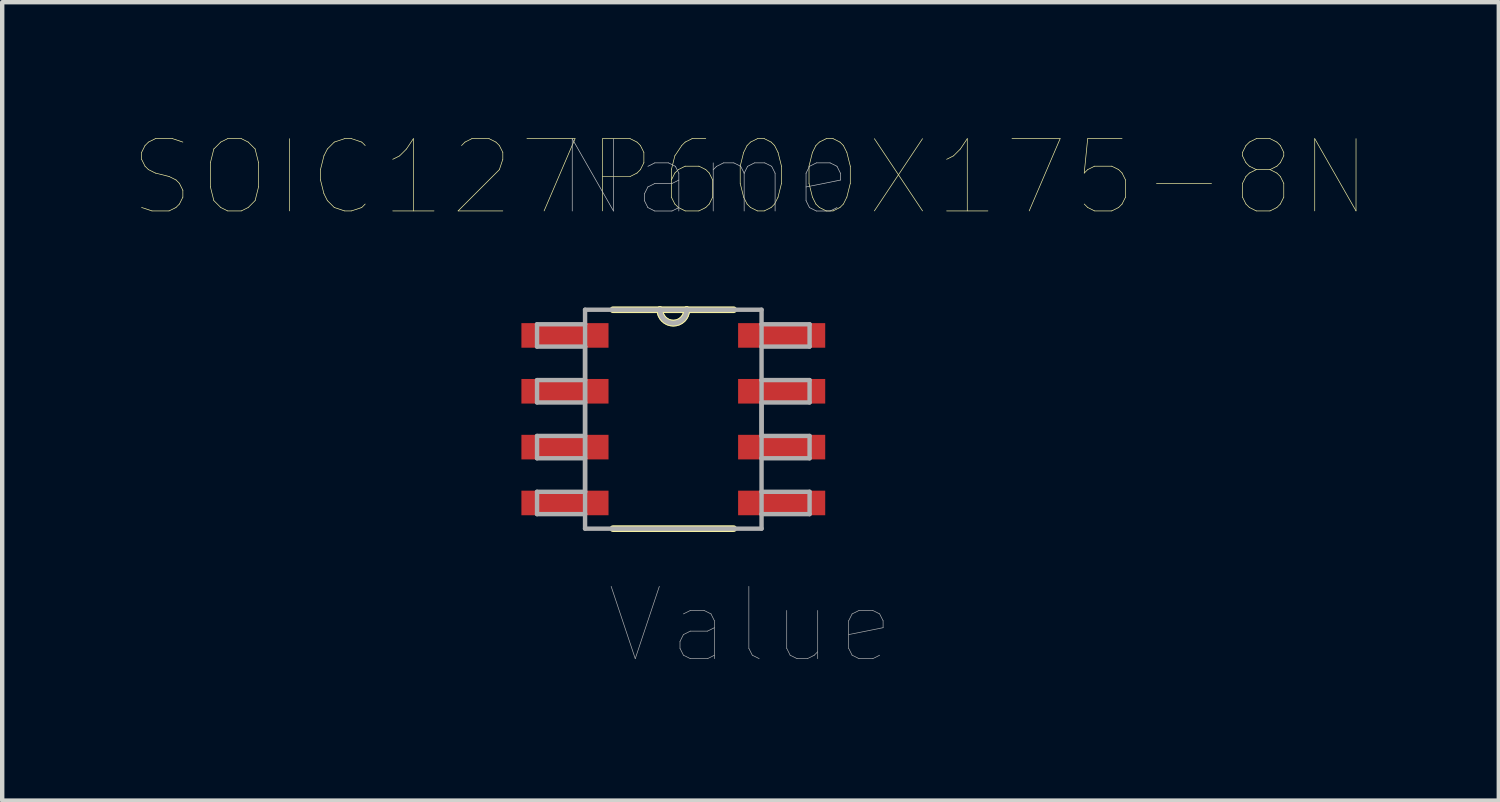
<source format=kicad_pcb>
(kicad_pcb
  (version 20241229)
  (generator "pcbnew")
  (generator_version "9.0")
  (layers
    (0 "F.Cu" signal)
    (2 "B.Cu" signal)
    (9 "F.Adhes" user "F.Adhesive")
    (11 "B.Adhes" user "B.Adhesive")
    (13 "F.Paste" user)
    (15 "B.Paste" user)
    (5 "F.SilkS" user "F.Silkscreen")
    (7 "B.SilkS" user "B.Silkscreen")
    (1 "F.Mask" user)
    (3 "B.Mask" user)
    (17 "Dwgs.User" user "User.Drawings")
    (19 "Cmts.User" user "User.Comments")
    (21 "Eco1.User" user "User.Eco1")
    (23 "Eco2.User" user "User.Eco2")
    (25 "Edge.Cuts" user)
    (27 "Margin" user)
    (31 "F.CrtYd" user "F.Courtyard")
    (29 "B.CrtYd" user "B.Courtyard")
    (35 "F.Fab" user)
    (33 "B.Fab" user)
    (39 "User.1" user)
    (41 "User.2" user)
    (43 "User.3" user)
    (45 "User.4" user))
  (footprint "SOIC127P600X175-8N"
    (layer "F.Cu")
    (at 12.262 6.483)
    (property "Reference" "SOIC127P600X175-8N" (at 1.756 -5.496 0) (layer "F.SilkS") (effects (font (size 1.643 1.643) (thickness 0.015))))
    (attr through_hole)
    (fp_line (start -1.372 2.489) (end 1.372 2.489) (stroke (width 0.152) (type solid)) (layer "F.SilkS"))
    (fp_line (start -0.305 -2.489) (end -1.372 -2.489) (stroke (width 0.152) (type solid)) (layer "F.SilkS"))
    (fp_line (start 0.305 -2.489) (end -0.305 -2.489) (stroke (width 0.152) (type solid)) (layer "F.SilkS"))
    (fp_line (start 1.372 -2.489) (end 0.305 -2.489) (stroke (width 0.152) (type solid)) (layer "F.SilkS"))
    (fp_arc (start 0.3048 -2.4892) (mid 0 -2.1844) (end -0.3048 -2.4892) (stroke (width 0.1524) (type solid)) (layer "F.SilkS"))
    (fp_arc (start 0.3048 -2.4892) (mid 0 -2.1844) (end -0.3048 -2.4892) (stroke (width 0.1524) (type solid)) (layer "F.SilkS"))
    (fp_line (start -3.099 -2.159) (end -3.099 -1.651) (stroke (width 0.1) (type solid)) (layer "F.Fab"))
    (fp_line (start -3.099 -1.651) (end -2.007 -1.651) (stroke (width 0.1) (type solid)) (layer "F.Fab"))
    (fp_line (start -3.099 -0.889) (end -3.099 -0.381) (stroke (width 0.1) (type solid)) (layer "F.Fab"))
    (fp_line (start -3.099 -0.381) (end -2.007 -0.381) (stroke (width 0.1) (type solid)) (layer "F.Fab"))
    (fp_line (start -3.099 0.381) (end -3.099 0.889) (stroke (width 0.1) (type solid)) (layer "F.Fab"))
    (fp_line (start -3.099 0.889) (end -2.007 0.889) (stroke (width 0.1) (type solid)) (layer "F.Fab"))
    (fp_line (start -3.099 1.651) (end -3.099 2.159) (stroke (width 0.1) (type solid)) (layer "F.Fab"))
    (fp_line (start -3.099 2.159) (end -2.007 2.159) (stroke (width 0.1) (type solid)) (layer "F.Fab"))
    (fp_line (start -2.007 -2.489) (end -2.007 -2.159) (stroke (width 0.1) (type solid)) (layer "F.Fab"))
    (fp_line (start -2.007 -2.159) (end -3.099 -2.159) (stroke (width 0.1) (type solid)) (layer "F.Fab"))
    (fp_line (start -2.007 -1.651) (end -2.007 -2.159) (stroke (width 0.1) (type solid)) (layer "F.Fab"))
    (fp_line (start -2.007 -1.651) (end -2.007 -0.889) (stroke (width 0.1) (type solid)) (layer "F.Fab"))
    (fp_line (start -2.007 -1.651) (end -2.007 1.651) (stroke (width 0.1) (type solid)) (layer "F.Fab"))
    (fp_line (start -2.007 -0.889) (end -3.099 -0.889) (stroke (width 0.1) (type solid)) (layer "F.Fab"))
    (fp_line (start -2.007 -0.381) (end -2.007 -0.889) (stroke (width 0.1) (type solid)) (layer "F.Fab"))
    (fp_line (start -2.007 -0.381) (end -2.007 0.381) (stroke (width 0.1) (type solid)) (layer "F.Fab"))
    (fp_line (start -2.007 0.381) (end -3.099 0.381) (stroke (width 0.1) (type solid)) (layer "F.Fab"))
    (fp_line (start -2.007 0.889) (end -2.007 0.381) (stroke (width 0.1) (type solid)) (layer "F.Fab"))
    (fp_line (start -2.007 0.889) (end -2.007 1.651) (stroke (width 0.1) (type solid)) (layer "F.Fab"))
    (fp_line (start -2.007 1.651) (end -3.099 1.651) (stroke (width 0.1) (type solid)) (layer "F.Fab"))
    (fp_line (start -2.007 2.159) (end -2.007 1.651) (stroke (width 0.1) (type solid)) (layer "F.Fab"))
    (fp_line (start -2.007 2.159) (end -2.007 2.489) (stroke (width 0.1) (type solid)) (layer "F.Fab"))
    (fp_line (start -2.007 2.489) (end 2.007 2.489) (stroke (width 0.1) (type solid)) (layer "F.Fab"))
    (fp_line (start -0.305 -2.489) (end -2.007 -2.489) (stroke (width 0.1) (type solid)) (layer "F.Fab"))
    (fp_line (start 0.305 -2.489) (end -0.305 -2.489) (stroke (width 0.1) (type solid)) (layer "F.Fab"))
    (fp_line (start 2.007 -2.489) (end 0.305 -2.489) (stroke (width 0.1) (type solid)) (layer "F.Fab"))
    (fp_line (start 2.007 -2.159) (end 2.007 -2.489) (stroke (width 0.1) (type solid)) (layer "F.Fab"))
    (fp_line (start 2.007 -2.159) (end 2.007 -1.651) (stroke (width 0.1) (type solid)) (layer "F.Fab"))
    (fp_line (start 2.007 -1.651) (end 3.099 -1.651) (stroke (width 0.1) (type solid)) (layer "F.Fab"))
    (fp_line (start 2.007 -0.889) (end 2.007 -1.651) (stroke (width 0.1) (type solid)) (layer "F.Fab"))
    (fp_line (start 2.007 -0.889) (end 2.007 -0.381) (stroke (width 0.1) (type solid)) (layer "F.Fab"))
    (fp_line (start 2.007 -0.381) (end 3.099 -0.381) (stroke (width 0.1) (type solid)) (layer "F.Fab"))
    (fp_line (start 2.007 0.381) (end 2.007 -0.381) (stroke (width 0.1) (type solid)) (layer "F.Fab"))
    (fp_line (start 2.007 0.381) (end 2.007 -0.381) (stroke (width 0.1) (type solid)) (layer "F.Fab"))
    (fp_line (start 2.007 0.381) (end 2.007 0.889) (stroke (width 0.1) (type solid)) (layer "F.Fab"))
    (fp_line (start 2.007 0.889) (end 3.099 0.889) (stroke (width 0.1) (type solid)) (layer "F.Fab"))
    (fp_line (start 2.007 1.651) (end 2.007 0.889) (stroke (width 0.1) (type solid)) (layer "F.Fab"))
    (fp_line (start 2.007 1.651) (end 2.007 2.159) (stroke (width 0.1) (type solid)) (layer "F.Fab"))
    (fp_line (start 2.007 2.159) (end 3.099 2.159) (stroke (width 0.1) (type solid)) (layer "F.Fab"))
    (fp_line (start 2.007 2.489) (end 2.007 2.159) (stroke (width 0.1) (type solid)) (layer "F.Fab"))
    (fp_line (start 3.099 -2.159) (end 2.007 -2.159) (stroke (width 0.1) (type solid)) (layer "F.Fab"))
    (fp_line (start 3.099 -1.651) (end 3.099 -2.159) (stroke (width 0.1) (type solid)) (layer "F.Fab"))
    (fp_line (start 3.099 -0.889) (end 2.007 -0.889) (stroke (width 0.1) (type solid)) (layer "F.Fab"))
    (fp_line (start 3.099 -0.381) (end 3.099 -0.889) (stroke (width 0.1) (type solid)) (layer "F.Fab"))
    (fp_line (start 3.099 0.381) (end 2.007 0.381) (stroke (width 0.1) (type solid)) (layer "F.Fab"))
    (fp_line (start 3.099 0.889) (end 3.099 0.381) (stroke (width 0.1) (type solid)) (layer "F.Fab"))
    (fp_line (start 3.099 1.651) (end 2.007 1.651) (stroke (width 0.1) (type solid)) (layer "F.Fab"))
    (fp_line (start 3.099 2.159) (end 3.099 1.651) (stroke (width 0.1) (type solid)) (layer "F.Fab"))
    (fp_arc (start 0.3048 -2.4892) (mid 0 -2.1844) (end -0.3048 -2.4892) (stroke (width 0.1) (type solid)) (layer "F.Fab"))
    (fp_arc (start 0.3048 -2.4892) (mid 0 -2.1844) (end -0.3048 -2.4892) (stroke (width 0.1) (type solid)) (layer "F.Fab"))
    (fp_text user "Name" (at 0.712 -5.493 0) (layer "Dwgs.User") (effects (font (size 1.642 1.642) (thickness 0.015))))
    (fp_text user "Value" (at 1.757 4.686 0) (layer "F.Fab") (effects (font (size 1.644 1.644) (thickness 0.015))))
    (pad "1" smd rect (at -2.464 -1.905) (size 1.981 0.559) (layers "F.Cu" "F.Mask" "F.Paste"))
    (pad "2" smd rect (at -2.464 -0.635) (size 1.981 0.559) (layers "F.Cu" "F.Mask" "F.Paste"))
    (pad "3" smd rect (at -2.464 0.635) (size 1.981 0.559) (layers "F.Cu" "F.Mask" "F.Paste"))
    (pad "4" smd rect (at -2.464 1.905) (size 1.981 0.559) (layers "F.Cu" "F.Mask" "F.Paste"))
    (pad "5" smd rect (at 2.464 1.905) (size 1.981 0.559) (layers "F.Cu" "F.Mask" "F.Paste"))
    (pad "6" smd rect (at 2.464 0.635) (size 1.981 0.559) (layers "F.Cu" "F.Mask" "F.Paste"))
    (pad "7" smd rect (at 2.464 -0.635) (size 1.981 0.559) (layers "F.Cu" "F.Mask" "F.Paste"))
    (pad "8" smd rect (at 2.464 -1.905) (size 1.981 0.559) (layers "F.Cu" "F.Mask" "F.Paste")))
  (gr_rect
    (start -3 -3)
    (end 31.035 15.157)
    (stroke (width 0.1) (type default))
    (fill no)
    (layer "Edge.Cuts")))
</source>
